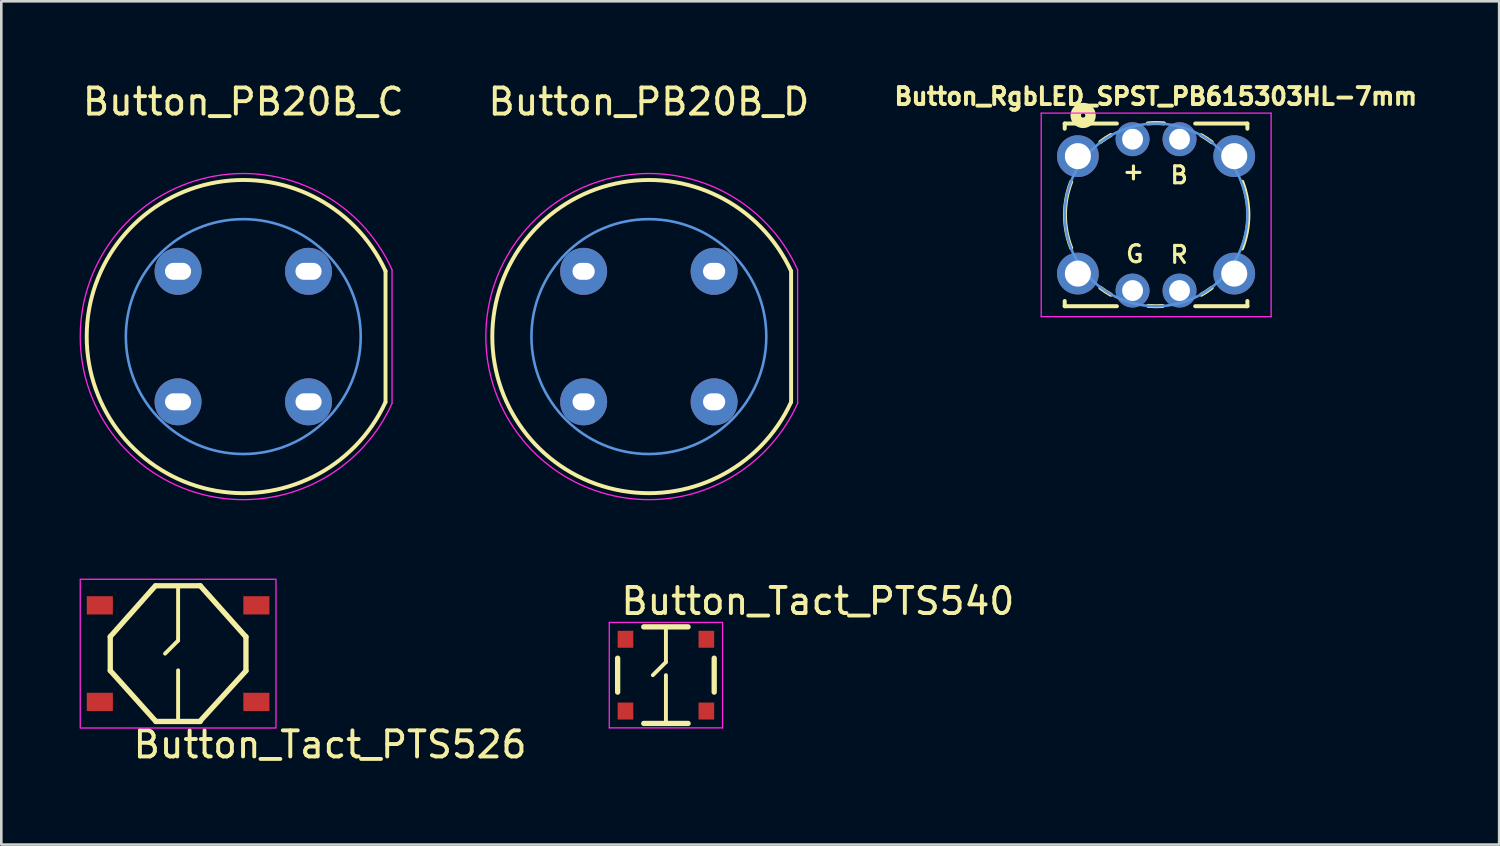
<source format=kicad_pcb>
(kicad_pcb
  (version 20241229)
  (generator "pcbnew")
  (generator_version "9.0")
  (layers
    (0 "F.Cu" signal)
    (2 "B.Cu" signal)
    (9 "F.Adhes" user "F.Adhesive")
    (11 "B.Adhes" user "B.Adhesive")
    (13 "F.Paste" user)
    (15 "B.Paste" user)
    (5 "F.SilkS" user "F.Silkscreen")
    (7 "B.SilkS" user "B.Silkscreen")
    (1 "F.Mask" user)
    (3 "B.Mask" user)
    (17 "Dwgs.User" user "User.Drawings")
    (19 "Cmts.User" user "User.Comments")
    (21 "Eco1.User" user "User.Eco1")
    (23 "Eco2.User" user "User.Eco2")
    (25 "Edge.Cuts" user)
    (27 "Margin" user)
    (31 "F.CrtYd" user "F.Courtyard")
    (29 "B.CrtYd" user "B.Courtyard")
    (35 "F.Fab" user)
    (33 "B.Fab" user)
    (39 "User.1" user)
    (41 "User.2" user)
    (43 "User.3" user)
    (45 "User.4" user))
  (footprint "Button_PB20B_C"
    (layer "F.Cu")
    (at 6.273 9.848)
    (property "Reference" "Button_PB20B_C" (at 0 -9 0) (layer "F.SilkS") (effects (font (size 1 1) (thickness 0.15))))
    (attr through_hole)
    (fp_line (start 5.45 -2.51) (end 5.45 2.51) (stroke (width 0.15) (type solid)) (layer "F.SilkS"))
    (fp_arc (start 5.448111 2.514098) (mid -6.000216 -0.002256) (end 5.45 -2.51) (stroke (width 0.15) (type solid)) (layer "F.SilkS"))
    (fp_circle (center 0 0) (end 4.5 0) (stroke (width 0.1) (type solid)) (fill no) (layer "Cmts.User"))
    (fp_line (start 5.7 -2.56) (end 5.7 2.56) (stroke (width 0.05) (type solid)) (layer "F.CrtYd"))
    (fp_arc (start 5.7 2.56) (mid -6.248488 0) (end 5.7 -2.56) (stroke (width 0.05) (type solid)) (layer "F.CrtYd"))
    (pad "1" thru_hole circle (at -2.5 -2.5) (size 1.8 1.8) (drill oval 1 0.65) (layers "*.Cu" "*.Mask"))
    (pad "2" thru_hole circle (at 2.5 -2.5) (size 1.8 1.8) (drill oval 1 0.65) (layers "*.Cu" "*.Mask"))
    (pad "3" thru_hole circle (at 2.5 2.5) (size 1.8 1.8) (drill oval 1 0.65) (layers "*.Cu" "*.Mask"))
    (pad "4" thru_hole circle (at -2.5 2.5) (size 1.8 1.8) (drill oval 1 0.65) (layers "*.Cu" "*.Mask")))
  (footprint "Button_PB20B_D"
    (layer "F.Cu")
    (at 21.815 9.848)
    (property "Reference" "Button_PB20B_D" (at 0 -9 0) (layer "F.SilkS") (effects (font (size 1 1) (thickness 0.15))))
    (attr through_hole)
    (fp_line (start 5.45 -2.51) (end 5.45 2.51) (stroke (width 0.15) (type solid)) (layer "F.SilkS"))
    (fp_arc (start 5.448111 2.514098) (mid -6.000216 -0.002256) (end 5.45 -2.51) (stroke (width 0.15) (type solid)) (layer "F.SilkS"))
    (fp_circle (center 0 0) (end 4.5 0) (stroke (width 0.1) (type solid)) (fill no) (layer "Cmts.User"))
    (fp_line (start 5.7 -2.56) (end 5.7 2.56) (stroke (width 0.05) (type solid)) (layer "F.CrtYd"))
    (fp_arc (start 5.7 2.56) (mid -6.248488 0) (end 5.7 -2.56) (stroke (width 0.05) (type solid)) (layer "F.CrtYd"))
    (pad "1" thru_hole circle (at -2.5 -2.5) (size 1.8 1.8) (drill oval 0.85 0.65) (layers "*.Cu" "*.Mask"))
    (pad "2" thru_hole circle (at 2.5 -2.5) (size 1.8 1.8) (drill oval 0.85 0.65) (layers "*.Cu" "*.Mask"))
    (pad "3" thru_hole circle (at 2.5 2.5) (size 1.8 1.8) (drill oval 0.85 0.65) (layers "*.Cu" "*.Mask"))
    (pad "4" thru_hole circle (at -2.5 2.5) (size 1.8 1.8) (drill oval 0.85 0.65) (layers "*.Cu" "*.Mask")))
  (footprint "Button_Tact_PTS540"
    (layer "F.Cu")
    (at 22.468 22.822)
    (property "Reference" "Button_Tact_PTS540" (at -1.8 -2.25 0) (layer "F.SilkS") (effects (font (size 1 1) (thickness 0.15)) (justify left bottom)))
    (attr smd)
    (fp_line (start -1.85 0.65) (end -1.85 -0.65) (stroke (width 0.203) (type solid)) (layer "F.SilkS"))
    (fp_line (start 0 -1.85) (end 0 -0.5) (stroke (width 0.15) (type solid)) (layer "F.SilkS"))
    (fp_line (start 0 -0.5) (end -0.5 0) (stroke (width 0.15) (type solid)) (layer "F.SilkS"))
    (fp_line (start 0 0) (end 0 1.85) (stroke (width 0.15) (type solid)) (layer "F.SilkS"))
    (fp_line (start 0.85 -1.85) (end -0.85 -1.85) (stroke (width 0.203) (type solid)) (layer "F.SilkS"))
    (fp_line (start 0.85 1.85) (end -0.85 1.85) (stroke (width 0.203) (type solid)) (layer "F.SilkS"))
    (fp_line (start 1.85 0.65) (end 1.85 -0.65) (stroke (width 0.203) (type solid)) (layer "F.SilkS"))
    (fp_line (start -2.17 -2.02) (end -2.17 2.02) (stroke (width 0.05) (type solid)) (layer "F.CrtYd"))
    (fp_line (start -2.17 2.02) (end 2.17 2.02) (stroke (width 0.05) (type solid)) (layer "F.CrtYd"))
    (fp_line (start 2.17 -2.02) (end -2.17 -2.02) (stroke (width 0.05) (type solid)) (layer "F.CrtYd"))
    (fp_line (start 2.17 2.02) (end 2.17 -2.02) (stroke (width 0.05) (type solid)) (layer "F.CrtYd"))
    (pad "1" smd rect (at -1.55 -1.375) (size 0.6 0.65) (layers "F.Cu" "F.Mask" "F.Paste"))
    (pad "2" smd rect (at -1.55 1.375) (size 0.6 0.65) (layers "F.Cu" "F.Mask" "F.Paste"))
    (pad "3" smd rect (at 1.55 -1.375) (size 0.6 0.65) (layers "F.Cu" "F.Mask" "F.Paste"))
    (pad "4" smd rect (at 1.55 1.375) (size 0.6 0.65) (layers "F.Cu" "F.Mask" "F.Paste")))
  (footprint "Button_RgbLED_SPST_PB615303HL-7mm"
    (layer "F.Cu")
    (at 41.25 5.184)
    (property "Reference" "Button_RgbLED_SPST_PB615303HL-7mm" (at -0.01 -4.54 0) (layer "F.SilkS") (effects (font (size 0.65 0.65) (thickness 0.15))))
    (attr through_hole)
    (fp_line (start -3.5 -3.5) (end -3.5 -3.302) (stroke (width 0.152) (type solid)) (layer "F.SilkS"))
    (fp_line (start -3.5 3.5) (end -3.5 3.3) (stroke (width 0.152) (type solid)) (layer "F.SilkS"))
    (fp_line (start -1.5 -3.5) (end -3.5 -3.5) (stroke (width 0.152) (type solid)) (layer "F.SilkS"))
    (fp_line (start -1.5 3.5) (end -3.5 3.5) (stroke (width 0.152) (type solid)) (layer "F.SilkS"))
    (fp_line (start 1.5 -3.5) (end 3.5 -3.5) (stroke (width 0.152) (type solid)) (layer "F.SilkS"))
    (fp_line (start 1.5 3.5) (end 3.5 3.5) (stroke (width 0.152) (type solid)) (layer "F.SilkS"))
    (fp_line (start 3.5 -3.5) (end 3.5 -3.302) (stroke (width 0.152) (type solid)) (layer "F.SilkS"))
    (fp_line (start 3.5 3.5) (end 3.5 3.3) (stroke (width 0.152) (type solid)) (layer "F.SilkS"))
    (fp_arc (start -3.2512 1.27) (mid -3.490444 0) (end -3.2512 -1.27) (stroke (width 0.1524) (type solid)) (layer "F.SilkS"))
    (fp_arc (start -2.1336 -2.794) (mid -1.937912 -2.933118) (end -1.733184 -3.058555) (stroke (width 0.1524) (type solid)) (layer "F.SilkS"))
    (fp_arc (start -1.733184 3.058555) (mid -1.937912 2.933118) (end -2.1336 2.794) (stroke (width 0.1524) (type solid)) (layer "F.SilkS"))
    (fp_arc (start -0.318545 -3.503977) (mid -0.0069 -3.51842) (end 0.3048 -3.5052) (stroke (width 0.1524) (type solid)) (layer "F.SilkS"))
    (fp_arc (start 0.254 3.491375) (mid -0.025255 3.500511) (end -0.30435 3.487346) (stroke (width 0.1524) (type solid)) (layer "F.SilkS"))
    (fp_arc (start 1.729406 -3.051891) (mid 1.936129 -2.925113) (end 2.1336 -2.784356) (stroke (width 0.1524) (type solid)) (layer "F.SilkS"))
    (fp_arc (start 2.1336 2.794) (mid 1.937912 2.933118) (end 1.733184 3.058555) (stroke (width 0.1524) (type solid)) (layer "F.SilkS"))
    (fp_arc (start 3.301999 -1.27) (mid 3.537798 0.009242) (end 3.295319 1.287234) (stroke (width 0.1524) (type solid)) (layer "F.SilkS"))
    (fp_circle (center -2.794 -3.81) (end -2.921 -4.064) (stroke (width 0.4) (type solid)) (fill no) (layer "F.SilkS"))
    (fp_circle (center 0 0) (end 3.5 0) (stroke (width 0.1) (type solid)) (fill no) (layer "Cmts.User"))
    (fp_line (start -4.4 -3.9) (end 4.41 -3.9) (stroke (width 0.05) (type solid)) (layer "F.CrtYd"))
    (fp_line (start -4.4 3.9) (end -4.4 -3.9) (stroke (width 0.05) (type solid)) (layer "F.CrtYd"))
    (fp_line (start 4.41 -3.9) (end 4.41 3.9) (stroke (width 0.05) (type solid)) (layer "F.CrtYd"))
    (fp_line (start 4.41 3.9) (end -4.4 3.9) (stroke (width 0.05) (type solid)) (layer "F.CrtYd"))
    (fp_text user "R" (at 0.884 1.526 0) (layer "F.SilkS") (effects (font (size 0.65 0.65) (thickness 0.12))))
    (fp_text user "+" (at -0.866 -1.674 0) (layer "F.SilkS") (effects (font (size 0.65 0.65) (thickness 0.12))))
    (fp_text user "G" (at -0.816 1.501 0) (layer "F.SilkS") (effects (font (size 0.65 0.65) (thickness 0.12))))
    (fp_text user "B" (at 0.884 -1.524 0) (layer "F.SilkS") (effects (font (size 0.65 0.65) (thickness 0.12))))
    (pad "1" thru_hole circle (at -2.996 -2.25) (size 1.6 1.6) (drill 1) (layers "*.Cu" "*.Mask"))
    (pad "2" thru_hole circle (at 2.996 -2.25) (size 1.6 1.6) (drill 1) (layers "*.Cu" "*.Mask"))
    (pad "3" thru_hole circle (at -2.996 2.25) (size 1.6 1.6) (drill 1) (layers "*.Cu" "*.Mask"))
    (pad "4" thru_hole circle (at 2.996 2.25) (size 1.6 1.6) (drill 1) (layers "*.Cu" "*.Mask"))
    (pad "5" thru_hole circle (at -0.9 -2.9) (size 1.3 1.3) (drill 0.8) (layers "*.Cu" "*.Mask"))
    (pad "6" thru_hole circle (at 0.9 -2.9) (size 1.3 1.3) (drill 0.8) (layers "*.Cu" "*.Mask"))
    (pad "7" thru_hole circle (at 0.9 2.9) (size 1.3 1.3) (drill 0.8) (layers "*.Cu" "*.Mask"))
    (pad "8" thru_hole circle (at -0.9 2.9) (size 1.3 1.3) (drill 0.8) (layers "*.Cu" "*.Mask")))
  (footprint "Button_Tact_PTS526"
    (layer "F.Cu")
    (at 3.775 21.997)
    (property "Reference" "Button_Tact_PTS526" (at -1.8 4.07 0) (layer "F.SilkS") (effects (font (size 1 1) (thickness 0.15)) (justify left bottom)))
    (attr smd)
    (fp_line (start -2.6 0.65) (end -2.6 -0.65) (stroke (width 0.203) (type solid)) (layer "F.SilkS"))
    (fp_line (start -2.6 0.65) (end -0.85 2.6) (stroke (width 0.203) (type solid)) (layer "F.SilkS"))
    (fp_line (start -0.87 -2.6) (end -2.6 -0.65) (stroke (width 0.203) (type solid)) (layer "F.SilkS"))
    (fp_line (start 0 -2.58) (end 0 -0.5) (stroke (width 0.15) (type solid)) (layer "F.SilkS"))
    (fp_line (start 0 -0.5) (end -0.5 0) (stroke (width 0.15) (type solid)) (layer "F.SilkS"))
    (fp_line (start 0 0.64) (end 0 2.6) (stroke (width 0.15) (type solid)) (layer "F.SilkS"))
    (fp_line (start 0.83 2.6) (end 2.6 0.66) (stroke (width 0.203) (type solid)) (layer "F.SilkS"))
    (fp_line (start 0.85 -2.6) (end -0.85 -2.6) (stroke (width 0.203) (type solid)) (layer "F.SilkS"))
    (fp_line (start 0.85 2.6) (end -0.85 2.6) (stroke (width 0.203) (type solid)) (layer "F.SilkS"))
    (fp_line (start 2.6 -0.64) (end 0.85 -2.6) (stroke (width 0.203) (type solid)) (layer "F.SilkS"))
    (fp_line (start 2.6 0.65) (end 2.6 -0.65) (stroke (width 0.203) (type solid)) (layer "F.SilkS"))
    (fp_rect (start -3.75 -2.85) (end 3.75 2.85) (stroke (width 0.05) (type solid)) (fill no) (layer "F.CrtYd"))
    (pad "1" smd rect (at -3 -1.85) (size 1 0.7) (layers "F.Cu" "F.Mask" "F.Paste"))
    (pad "2" smd rect (at 3 -1.85) (size 1 0.7) (layers "F.Cu" "F.Mask" "F.Paste"))
    (pad "3" smd rect (at -3 1.85) (size 1 0.7) (layers "F.Cu" "F.Mask" "F.Paste"))
    (pad "4" smd rect (at 3 1.85) (size 1 0.7) (layers "F.Cu" "F.Mask" "F.Paste")))
  (gr_rect
    (start -3 -3)
    (end 54.398 29.313)
    (stroke (width 0.1) (type default))
    (fill no)
    (layer "Edge.Cuts")))
</source>
